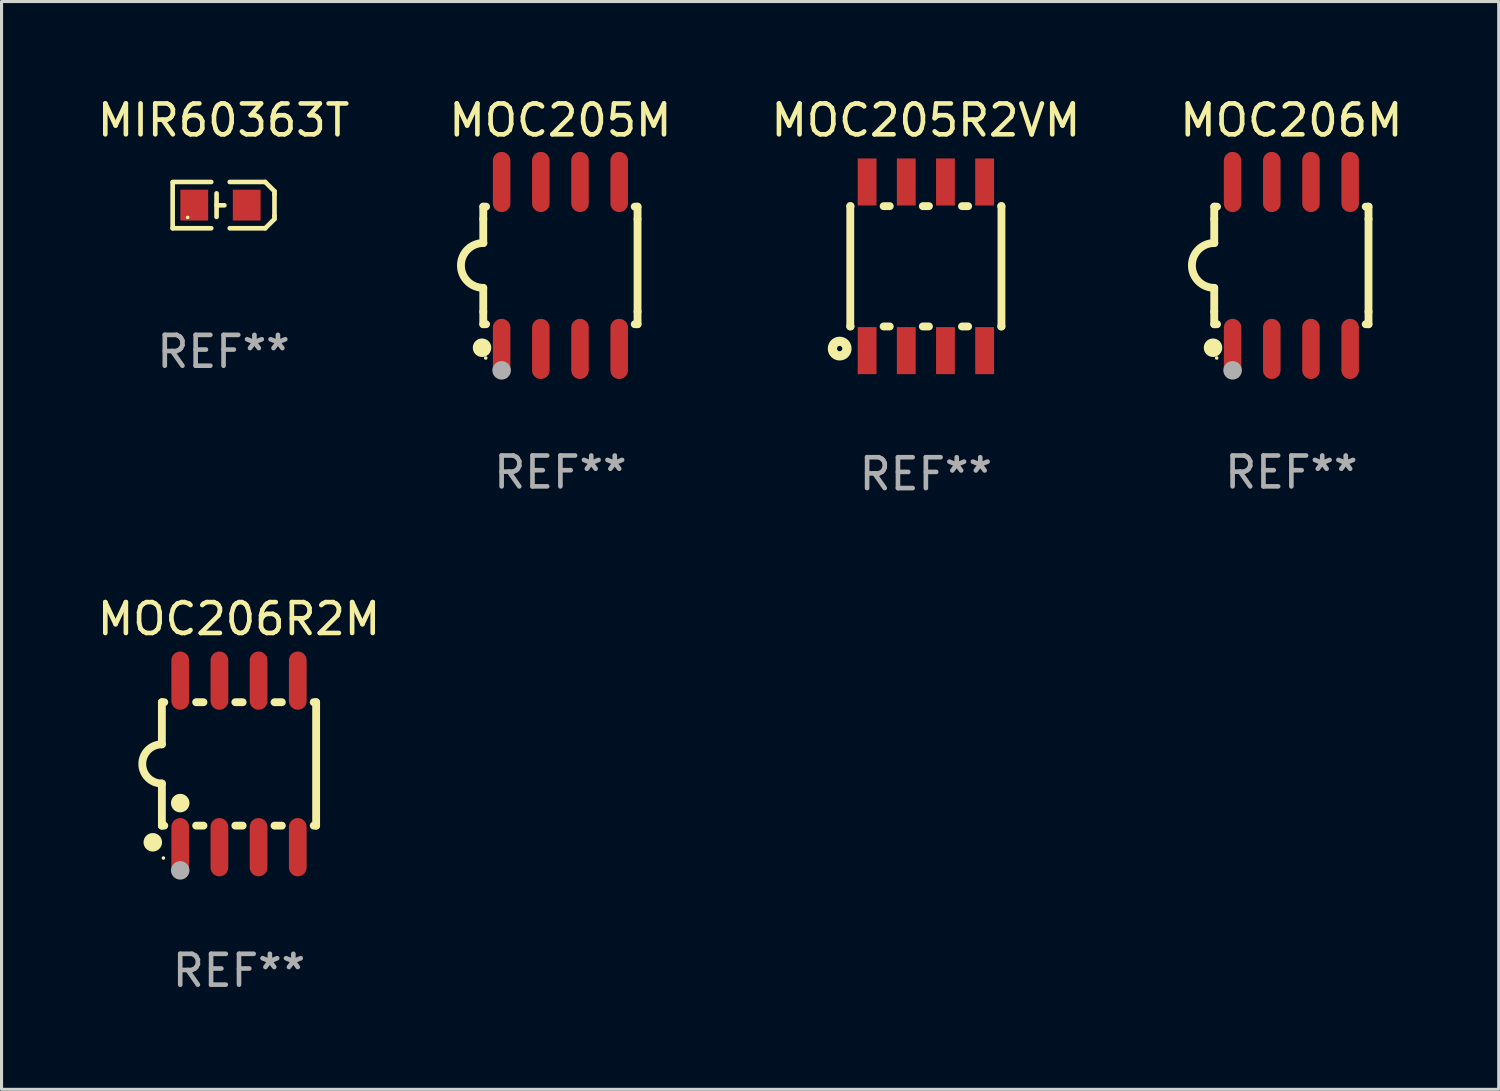
<source format=kicad_pcb>
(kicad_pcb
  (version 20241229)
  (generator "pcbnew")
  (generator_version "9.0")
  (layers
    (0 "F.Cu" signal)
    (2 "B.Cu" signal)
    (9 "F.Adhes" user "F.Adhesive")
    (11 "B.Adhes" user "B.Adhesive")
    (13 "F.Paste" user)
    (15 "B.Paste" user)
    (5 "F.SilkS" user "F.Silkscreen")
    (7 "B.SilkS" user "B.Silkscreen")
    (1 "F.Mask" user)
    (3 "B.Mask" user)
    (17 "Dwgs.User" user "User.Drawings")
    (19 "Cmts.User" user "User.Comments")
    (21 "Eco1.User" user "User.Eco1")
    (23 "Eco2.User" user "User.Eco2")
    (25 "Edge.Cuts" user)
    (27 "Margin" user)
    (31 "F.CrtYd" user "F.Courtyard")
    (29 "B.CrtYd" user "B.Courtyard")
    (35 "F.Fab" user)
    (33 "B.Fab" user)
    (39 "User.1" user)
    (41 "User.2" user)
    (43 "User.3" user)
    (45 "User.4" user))
  (footprint "MOC206R2M"
    (layer "F.Cu")
    (at 4.696 21.709)
    (property "Reference" "MOC206R2M" (at 0 -4.699 0) (layer "F.SilkS") (effects (font (size 1 1) (thickness 0.15))))
    (attr through_hole)
    (fp_line (start -2.5 -2) (end -2.5 -0.635) (stroke (width 0.254) (type solid)) (layer "F.SilkS"))
    (fp_line (start -2.5 -2) (end -2.421 -2) (stroke (width 0.254) (type solid)) (layer "F.SilkS"))
    (fp_line (start -2.5 2) (end -2.5 0.635) (stroke (width 0.254) (type solid)) (layer "F.SilkS"))
    (fp_line (start -2.5 2) (end -2.421 2) (stroke (width 0.254) (type solid)) (layer "F.SilkS"))
    (fp_line (start -1.389 -2) (end -1.151 -2) (stroke (width 0.254) (type solid)) (layer "F.SilkS"))
    (fp_line (start -1.389 2) (end -1.151 2) (stroke (width 0.254) (type solid)) (layer "F.SilkS"))
    (fp_line (start -0.119 -2) (end 0.119 -2) (stroke (width 0.254) (type solid)) (layer "F.SilkS"))
    (fp_line (start -0.119 2) (end 0.119 2) (stroke (width 0.254) (type solid)) (layer "F.SilkS"))
    (fp_line (start 1.151 -2) (end 1.389 -2) (stroke (width 0.254) (type solid)) (layer "F.SilkS"))
    (fp_line (start 1.151 2) (end 1.389 2) (stroke (width 0.254) (type solid)) (layer "F.SilkS"))
    (fp_line (start 2.421 -2) (end 2.5 -2) (stroke (width 0.254) (type solid)) (layer "F.SilkS"))
    (fp_line (start 2.421 2) (end 2.5 2) (stroke (width 0.254) (type solid)) (layer "F.SilkS"))
    (fp_line (start 2.5 -2) (end 2.5 2) (stroke (width 0.254) (type solid)) (layer "F.SilkS"))
    (fp_arc (start -2.5 0.635001) (mid -3.134366 -0.000318) (end -2.499365 -0.635001) (stroke (width 0.254001) (type solid)) (layer "F.SilkS"))
    (fp_circle (center -2.794 2.54) (end -2.644 2.54) (stroke (width 0.3) (type solid)) (fill no) (layer "F.SilkS"))
    (fp_circle (center -2.45 3.05) (end -2.42 3.05) (stroke (width 0.06) (type solid)) (fill no) (layer "F.SilkS"))
    (fp_circle (center -1.905 1.27) (end -1.755 1.27) (stroke (width 0.3) (type solid)) (fill no) (layer "F.SilkS"))
    (fp_circle (center -1.905 3.45) (end -1.755 3.45) (stroke (width 0.3) (type solid)) (fill no) (layer "F.Fab"))
    (fp_text user "REF**" (at 0 6.699 0) (layer "F.Fab") (effects (font (size 1 1) (thickness 0.15))))
    (pad "1" smd oval (at -1.905 2.699) (size 0.574 1.888) (layers "F.Cu" "F.Mask" "F.Paste"))
    (pad "2" smd oval (at -0.635 2.699) (size 0.574 1.888) (layers "F.Cu" "F.Mask" "F.Paste"))
    (pad "3" smd oval (at 0.635 2.699) (size 0.574 1.888) (layers "F.Cu" "F.Mask" "F.Paste"))
    (pad "4" smd oval (at 1.905 2.699) (size 0.574 1.888) (layers "F.Cu" "F.Mask" "F.Paste"))
    (pad "5" smd oval (at 1.905 -2.699) (size 0.574 1.888) (layers "F.Cu" "F.Mask" "F.Paste"))
    (pad "6" smd oval (at 0.635 -2.699) (size 0.574 1.888) (layers "F.Cu" "F.Mask" "F.Paste"))
    (pad "7" smd oval (at -0.635 -2.699) (size 0.574 1.888) (layers "F.Cu" "F.Mask" "F.Paste"))
    (pad "8" smd oval (at -1.905 -2.699) (size 0.574 1.888) (layers "F.Cu" "F.Mask" "F.Paste")))
  (footprint "MOC205R2VM"
    (layer "F.Cu")
    (at 26.958 5.581)
    (property "Reference" "MOC205R2VM" (at 0 -4.733 0) (layer "F.SilkS") (effects (font (size 1 1) (thickness 0.15))))
    (attr through_hole)
    (fp_line (start -2.45 -1.95) (end -2.45 1.95) (stroke (width 0.254) (type solid)) (layer "F.SilkS"))
    (fp_line (start -2.44 -1.95) (end -2.45 -1.95) (stroke (width 0.254) (type solid)) (layer "F.SilkS"))
    (fp_line (start -2.44 1.95) (end -2.45 1.95) (stroke (width 0.254) (type solid)) (layer "F.SilkS"))
    (fp_line (start -1.17 -1.95) (end -1.37 -1.95) (stroke (width 0.254) (type solid)) (layer "F.SilkS"))
    (fp_line (start -1.17 1.95) (end -1.37 1.95) (stroke (width 0.254) (type solid)) (layer "F.SilkS"))
    (fp_line (start 0.1 -1.95) (end -0.1 -1.95) (stroke (width 0.254) (type solid)) (layer "F.SilkS"))
    (fp_line (start 0.1 1.95) (end -0.1 1.95) (stroke (width 0.254) (type solid)) (layer "F.SilkS"))
    (fp_line (start 1.37 -1.95) (end 1.17 -1.95) (stroke (width 0.254) (type solid)) (layer "F.SilkS"))
    (fp_line (start 1.37 1.95) (end 1.17 1.95) (stroke (width 0.254) (type solid)) (layer "F.SilkS"))
    (fp_line (start 2.45 -1.95) (end 2.44 -1.95) (stroke (width 0.254) (type solid)) (layer "F.SilkS"))
    (fp_line (start 2.45 -1.95) (end 2.45 1.95) (stroke (width 0.254) (type solid)) (layer "F.SilkS"))
    (fp_line (start 2.45 1.95) (end 2.44 1.95) (stroke (width 0.254) (type solid)) (layer "F.SilkS"))
    (fp_circle (center -2.794 2.667) (end -2.558 2.667) (stroke (width 0.3) (type solid)) (fill no) (layer "F.SilkS"))
    (fp_text user "REF**" (at 0 6.733 0) (layer "F.Fab") (effects (font (size 1 1) (thickness 0.15))))
    (pad "1" smd rect (at -1.905 2.733) (size 0.61 1.525) (layers "F.Cu" "F.Mask" "F.Paste"))
    (pad "2" smd rect (at -0.635 2.733) (size 0.61 1.525) (layers "F.Cu" "F.Mask" "F.Paste"))
    (pad "3" smd rect (at 0.635 2.733) (size 0.61 1.525) (layers "F.Cu" "F.Mask" "F.Paste"))
    (pad "4" smd rect (at 1.905 2.733) (size 0.61 1.525) (layers "F.Cu" "F.Mask" "F.Paste"))
    (pad "5" smd rect (at 1.905 -2.733) (size 0.61 1.525) (layers "F.Cu" "F.Mask" "F.Paste"))
    (pad "6" smd rect (at 0.635 -2.733) (size 0.61 1.525) (layers "F.Cu" "F.Mask" "F.Paste"))
    (pad "7" smd rect (at -0.635 -2.733) (size 0.61 1.525) (layers "F.Cu" "F.Mask" "F.Paste"))
    (pad "8" smd rect (at -1.905 -2.733) (size 0.61 1.525) (layers "F.Cu" "F.Mask" "F.Paste")))
  (footprint "MOC206M"
    (layer "F.Cu")
    (at 38.804 5.553)
    (property "Reference" "MOC206M" (at 0 -4.705 0) (layer "F.SilkS") (effects (font (size 1 1) (thickness 0.15))))
    (attr through_hole)
    (fp_line (start -2.5 -1.905) (end -2.409 -1.905) (stroke (width 0.254) (type solid)) (layer "F.SilkS"))
    (fp_line (start -2.5 -1.5) (end -2.5 -1.905) (stroke (width 0.254) (type solid)) (layer "F.SilkS"))
    (fp_line (start -2.5 -1.5) (end -2.5 -0.726) (stroke (width 0.254) (type solid)) (layer "F.SilkS"))
    (fp_line (start -2.5 1.5) (end -2.5 0.727) (stroke (width 0.254) (type solid)) (layer "F.SilkS"))
    (fp_line (start -2.5 1.5) (end -2.5 1.905) (stroke (width 0.254) (type solid)) (layer "F.SilkS"))
    (fp_line (start -2.5 1.905) (end -2.409 1.905) (stroke (width 0.254) (type solid)) (layer "F.SilkS"))
    (fp_line (start 2.5 -1.905) (end 2.409 -1.905) (stroke (width 0.254) (type solid)) (layer "F.SilkS"))
    (fp_line (start 2.5 -1.5) (end 2.5 -1.905) (stroke (width 0.254) (type solid)) (layer "F.SilkS"))
    (fp_line (start 2.5 -1.5) (end 2.5 1.5) (stroke (width 0.254) (type solid)) (layer "F.SilkS"))
    (fp_line (start 2.5 1.5) (end 2.5 1.905) (stroke (width 0.254) (type solid)) (layer "F.SilkS"))
    (fp_line (start 2.5 1.905) (end 2.409 1.905) (stroke (width 0.254) (type solid)) (layer "F.SilkS"))
    (fp_arc (start -2.5 0.726568) (mid -3.220316 -0.0023) (end -2.495097 -0.726289) (stroke (width 0.254001) (type solid)) (layer "F.SilkS"))
    (fp_circle (center -2.54 2.667) (end -2.39 2.667) (stroke (width 0.3) (type solid)) (fill no) (layer "F.SilkS"))
    (fp_circle (center -2.42 3) (end -2.39 3) (stroke (width 0.06) (type solid)) (fill no) (layer "F.SilkS"))
    (fp_circle (center -1.905 3.4) (end -1.755 3.4) (stroke (width 0.3) (type solid)) (fill no) (layer "F.Fab"))
    (fp_text user "REF**" (at 0 6.705 0) (layer "F.Fab") (effects (font (size 1 1) (thickness 0.15))))
    (pad "1" smd oval (at -1.905 2.705) (size 0.568 1.95) (layers "F.Cu" "F.Mask" "F.Paste"))
    (pad "2" smd oval (at -0.635 2.705) (size 0.568 1.95) (layers "F.Cu" "F.Mask" "F.Paste"))
    (pad "3" smd oval (at 0.635 2.705) (size 0.568 1.95) (layers "F.Cu" "F.Mask" "F.Paste"))
    (pad "4" smd oval (at 1.905 2.705) (size 0.568 1.95) (layers "F.Cu" "F.Mask" "F.Paste"))
    (pad "5" smd oval (at 1.905 -2.705) (size 0.568 1.95) (layers "F.Cu" "F.Mask" "F.Paste"))
    (pad "6" smd oval (at 0.635 -2.705) (size 0.568 1.95) (layers "F.Cu" "F.Mask" "F.Paste"))
    (pad "7" smd oval (at -0.635 -2.705) (size 0.568 1.95) (layers "F.Cu" "F.Mask" "F.Paste"))
    (pad "8" smd oval (at -1.905 -2.705) (size 0.568 1.95) (layers "F.Cu" "F.Mask" "F.Paste")))
  (footprint "MOC205M"
    (layer "F.Cu")
    (at 15.113 5.553)
    (property "Reference" "MOC205M" (at 0 -4.705 0) (layer "F.SilkS") (effects (font (size 1 1) (thickness 0.15))))
    (attr through_hole)
    (fp_line (start -2.5 -1.905) (end -2.409 -1.905) (stroke (width 0.254) (type solid)) (layer "F.SilkS"))
    (fp_line (start -2.5 -1.5) (end -2.5 -1.905) (stroke (width 0.254) (type solid)) (layer "F.SilkS"))
    (fp_line (start -2.5 -1.5) (end -2.5 -0.726) (stroke (width 0.254) (type solid)) (layer "F.SilkS"))
    (fp_line (start -2.5 1.5) (end -2.5 0.727) (stroke (width 0.254) (type solid)) (layer "F.SilkS"))
    (fp_line (start -2.5 1.5) (end -2.5 1.905) (stroke (width 0.254) (type solid)) (layer "F.SilkS"))
    (fp_line (start -2.5 1.905) (end -2.409 1.905) (stroke (width 0.254) (type solid)) (layer "F.SilkS"))
    (fp_line (start 2.5 -1.905) (end 2.409 -1.905) (stroke (width 0.254) (type solid)) (layer "F.SilkS"))
    (fp_line (start 2.5 -1.5) (end 2.5 -1.905) (stroke (width 0.254) (type solid)) (layer "F.SilkS"))
    (fp_line (start 2.5 -1.5) (end 2.5 1.5) (stroke (width 0.254) (type solid)) (layer "F.SilkS"))
    (fp_line (start 2.5 1.5) (end 2.5 1.905) (stroke (width 0.254) (type solid)) (layer "F.SilkS"))
    (fp_line (start 2.5 1.905) (end 2.409 1.905) (stroke (width 0.254) (type solid)) (layer "F.SilkS"))
    (fp_arc (start -2.5 0.726568) (mid -3.220316 -0.0023) (end -2.495097 -0.726289) (stroke (width 0.254001) (type solid)) (layer "F.SilkS"))
    (fp_circle (center -2.54 2.667) (end -2.39 2.667) (stroke (width 0.3) (type solid)) (fill no) (layer "F.SilkS"))
    (fp_circle (center -2.42 3) (end -2.39 3) (stroke (width 0.06) (type solid)) (fill no) (layer "F.SilkS"))
    (fp_circle (center -1.905 3.4) (end -1.755 3.4) (stroke (width 0.3) (type solid)) (fill no) (layer "F.Fab"))
    (fp_text user "REF**" (at 0 6.705 0) (layer "F.Fab") (effects (font (size 1 1) (thickness 0.15))))
    (pad "1" smd oval (at -1.905 2.705) (size 0.568 1.95) (layers "F.Cu" "F.Mask" "F.Paste"))
    (pad "2" smd oval (at -0.635 2.705) (size 0.568 1.95) (layers "F.Cu" "F.Mask" "F.Paste"))
    (pad "3" smd oval (at 0.635 2.705) (size 0.568 1.95) (layers "F.Cu" "F.Mask" "F.Paste"))
    (pad "4" smd oval (at 1.905 2.705) (size 0.568 1.95) (layers "F.Cu" "F.Mask" "F.Paste"))
    (pad "5" smd oval (at 1.905 -2.705) (size 0.568 1.95) (layers "F.Cu" "F.Mask" "F.Paste"))
    (pad "6" smd oval (at 0.635 -2.705) (size 0.568 1.95) (layers "F.Cu" "F.Mask" "F.Paste"))
    (pad "7" smd oval (at -0.635 -2.705) (size 0.568 1.95) (layers "F.Cu" "F.Mask" "F.Paste"))
    (pad "8" smd oval (at -1.905 -2.705) (size 0.568 1.95) (layers "F.Cu" "F.Mask" "F.Paste")))
  (footprint "MIR60363T"
    (layer "F.Cu")
    (at 4.196 3.598)
    (property "Reference" "MIR60363T" (at 0 -2.75 0) (layer "F.SilkS") (effects (font (size 1 1) (thickness 0.15))))
    (attr through_hole)
    (fp_line (start -1.65 0.75) (end -1.65 -0.73) (stroke (width 0.15) (type solid)) (layer "F.SilkS"))
    (fp_line (start -0.4 -0.75) (end -1.65 -0.75) (stroke (width 0.15) (type solid)) (layer "F.SilkS"))
    (fp_line (start -0.4 0.75) (end -1.65 0.75) (stroke (width 0.15) (type solid)) (layer "F.SilkS"))
    (fp_line (start -0.227 -0.381) (end -0.227 0.381) (stroke (width 0.15) (type solid)) (layer "F.SilkS"))
    (fp_line (start -0.227 0.006) (end 0.027 0.006) (stroke (width 0.15) (type solid)) (layer "F.SilkS"))
    (fp_line (start 0.2 -0.75) (end 1.35 -0.75) (stroke (width 0.15) (type solid)) (layer "F.SilkS"))
    (fp_line (start 0.2 0.75) (end 1.35 0.75) (stroke (width 0.15) (type solid)) (layer "F.SilkS"))
    (fp_line (start 1.65 -0.45) (end 1.35 -0.75) (stroke (width 0.15) (type solid)) (layer "F.SilkS"))
    (fp_line (start 1.65 -0.35) (end 1.65 -0.45) (stroke (width 0.15) (type solid)) (layer "F.SilkS"))
    (fp_line (start 1.65 0.35) (end 1.65 -0.35) (stroke (width 0.15) (type solid)) (layer "F.SilkS"))
    (fp_line (start 1.65 0.35) (end 1.65 0.45) (stroke (width 0.15) (type solid)) (layer "F.SilkS"))
    (fp_line (start 1.65 0.45) (end 1.35 0.75) (stroke (width 0.15) (type solid)) (layer "F.SilkS"))
    (fp_circle (center -1.165 0.4) (end -1.135 0.4) (stroke (width 0.06) (type solid)) (fill no) (layer "F.SilkS"))
    (fp_text user "REF**" (at 0 4.75 0) (layer "F.Fab") (effects (font (size 1 1) (thickness 0.15))))
    (pad "1" smd rect (at -0.95 0.000025 270) (size 1 0.9) (layers "F.Cu" "F.Mask" "F.Paste"))
    (pad "2" smd rect (at 0.75 0.000025 270) (size 1 0.9) (layers "F.Cu" "F.Mask" "F.Paste")))
  (gr_rect
    (start -3 -3)
    (end 45.524 32.256)
    (stroke (width 0.1) (type default))
    (fill no)
    (layer "Edge.Cuts")))
</source>
